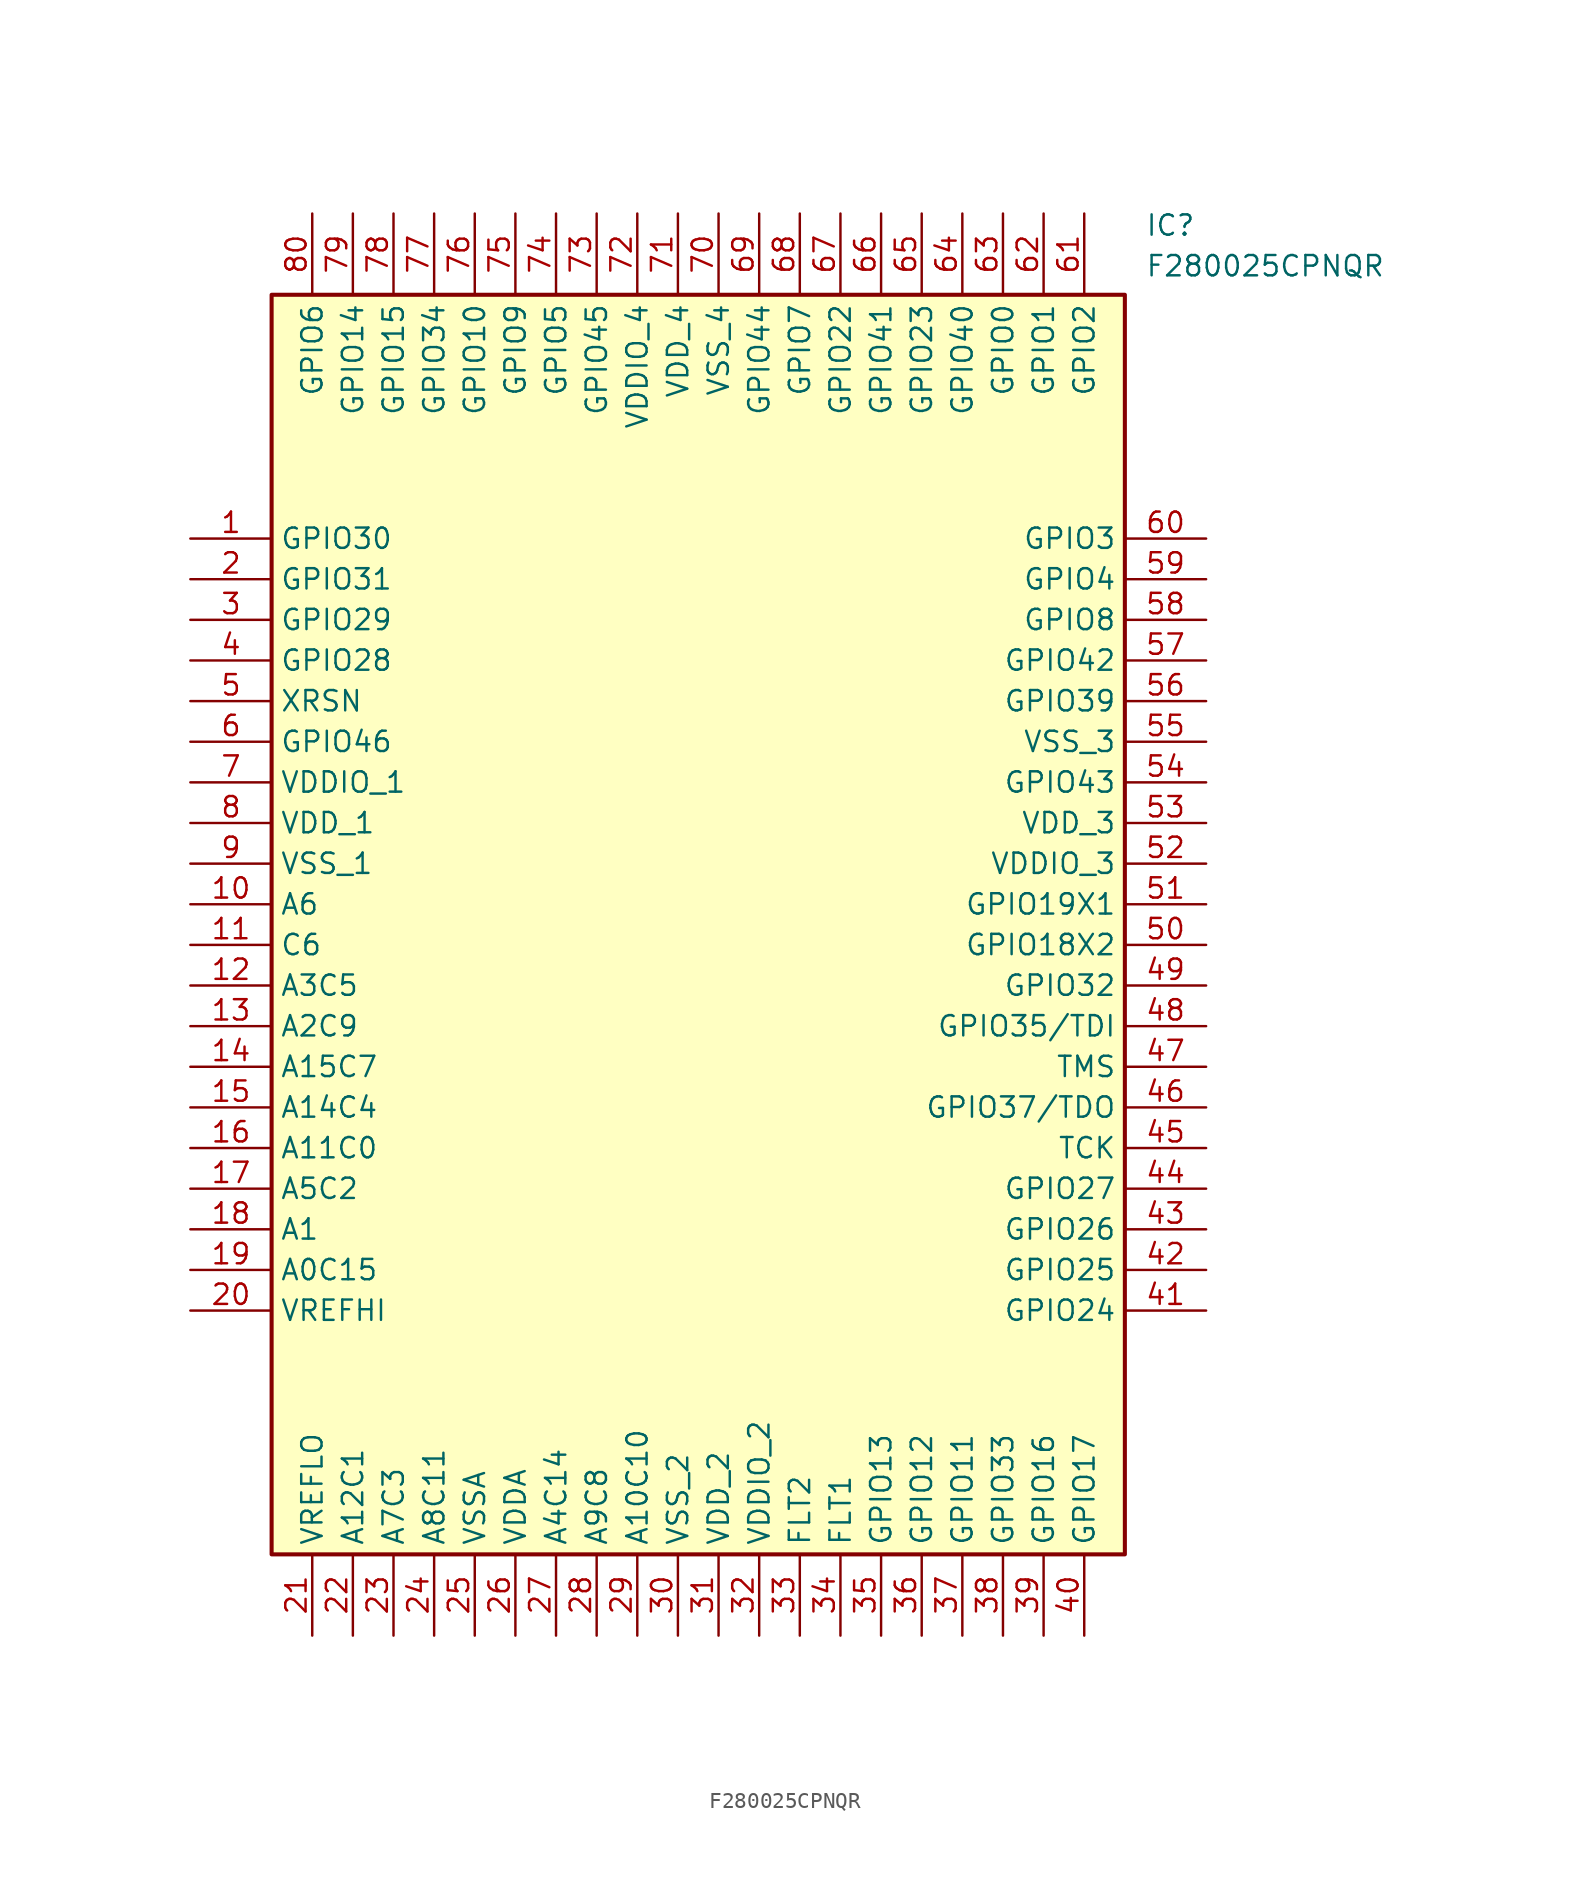
<source format=kicad_sym>
(kicad_symbol_lib
  (version 20220914)
  (generator SamacSys_ECAD_Model)
  (symbol "F280025CPNQR"
    (property "Reference" "IC"
      (at 59.69 20.32 0)
      (effects (font (size 1.27 1.27)) (justify left top)))
    (property "Value" "F280025CPNQR"
      (at 59.69 17.78 0)
      (effects (font (size 1.27 1.27)) (justify left top)))
    (rectangle
      (start 5.08 15.24)
      (end 58.42 -63.5)
      (stroke (width 0.254) (type default))
      (fill (type background)))
    (pin passive line
      (at 0 0 0)
      (length 5.08)
      (name "GPIO30" (effects (font (size 1.27 1.27))))
      (number "1" (effects (font (size 1.27 1.27)))))
    (pin passive line
      (at 0 -2.54 0)
      (length 5.08)
      (name "GPIO31" (effects (font (size 1.27 1.27))))
      (number "2" (effects (font (size 1.27 1.27)))))
    (pin passive line
      (at 0 -5.08 0)
      (length 5.08)
      (name "GPIO29" (effects (font (size 1.27 1.27))))
      (number "3" (effects (font (size 1.27 1.27)))))
    (pin passive line
      (at 0 -7.62 0)
      (length 5.08)
      (name "GPIO28" (effects (font (size 1.27 1.27))))
      (number "4" (effects (font (size 1.27 1.27)))))
    (pin passive line
      (at 0 -10.16 0)
      (length 5.08)
      (name "XRSN" (effects (font (size 1.27 1.27))))
      (number "5" (effects (font (size 1.27 1.27)))))
    (pin passive line
      (at 0 -12.7 0)
      (length 5.08)
      (name "GPIO46" (effects (font (size 1.27 1.27))))
      (number "6" (effects (font (size 1.27 1.27)))))
    (pin passive line
      (at 0 -15.24 0)
      (length 5.08)
      (name "VDDIO_1" (effects (font (size 1.27 1.27))))
      (number "7" (effects (font (size 1.27 1.27)))))
    (pin passive line
      (at 0 -17.78 0)
      (length 5.08)
      (name "VDD_1" (effects (font (size 1.27 1.27))))
      (number "8" (effects (font (size 1.27 1.27)))))
    (pin passive line
      (at 0 -20.32 0)
      (length 5.08)
      (name "VSS_1" (effects (font (size 1.27 1.27))))
      (number "9" (effects (font (size 1.27 1.27)))))
    (pin passive line
      (at 0 -22.86 0)
      (length 5.08)
      (name "A6" (effects (font (size 1.27 1.27))))
      (number "10" (effects (font (size 1.27 1.27)))))
    (pin passive line
      (at 0 -25.4 0)
      (length 5.08)
      (name "C6" (effects (font (size 1.27 1.27))))
      (number "11" (effects (font (size 1.27 1.27)))))
    (pin passive line
      (at 0 -27.94 0)
      (length 5.08)
      (name "A3C5" (effects (font (size 1.27 1.27))))
      (number "12" (effects (font (size 1.27 1.27)))))
    (pin passive line
      (at 0 -30.48 0)
      (length 5.08)
      (name "A2C9" (effects (font (size 1.27 1.27))))
      (number "13" (effects (font (size 1.27 1.27)))))
    (pin passive line
      (at 0 -33.02 0)
      (length 5.08)
      (name "A15C7" (effects (font (size 1.27 1.27))))
      (number "14" (effects (font (size 1.27 1.27)))))
    (pin passive line
      (at 0 -35.56 0)
      (length 5.08)
      (name "A14C4" (effects (font (size 1.27 1.27))))
      (number "15" (effects (font (size 1.27 1.27)))))
    (pin passive line
      (at 0 -38.1 0)
      (length 5.08)
      (name "A11C0" (effects (font (size 1.27 1.27))))
      (number "16" (effects (font (size 1.27 1.27)))))
    (pin passive line
      (at 0 -40.64 0)
      (length 5.08)
      (name "A5C2" (effects (font (size 1.27 1.27))))
      (number "17" (effects (font (size 1.27 1.27)))))
    (pin passive line
      (at 0 -43.18 0)
      (length 5.08)
      (name "A1" (effects (font (size 1.27 1.27))))
      (number "18" (effects (font (size 1.27 1.27)))))
    (pin passive line
      (at 0 -45.72 0)
      (length 5.08)
      (name "A0C15" (effects (font (size 1.27 1.27))))
      (number "19" (effects (font (size 1.27 1.27)))))
    (pin passive line
      (at 0 -48.26 0)
      (length 5.08)
      (name "VREFHI" (effects (font (size 1.27 1.27))))
      (number "20" (effects (font (size 1.27 1.27)))))
    (pin passive line
      (at 7.62 -68.58 90)
      (length 5.08)
      (name "VREFLO" (effects (font (size 1.27 1.27))))
      (number "21" (effects (font (size 1.27 1.27)))))
    (pin passive line
      (at 10.16 -68.58 90)
      (length 5.08)
      (name "A12C1" (effects (font (size 1.27 1.27))))
      (number "22" (effects (font (size 1.27 1.27)))))
    (pin passive line
      (at 12.7 -68.58 90)
      (length 5.08)
      (name "A7C3" (effects (font (size 1.27 1.27))))
      (number "23" (effects (font (size 1.27 1.27)))))
    (pin passive line
      (at 15.24 -68.58 90)
      (length 5.08)
      (name "A8C11" (effects (font (size 1.27 1.27))))
      (number "24" (effects (font (size 1.27 1.27)))))
    (pin passive line
      (at 17.78 -68.58 90)
      (length 5.08)
      (name "VSSA" (effects (font (size 1.27 1.27))))
      (number "25" (effects (font (size 1.27 1.27)))))
    (pin passive line
      (at 20.32 -68.58 90)
      (length 5.08)
      (name "VDDA" (effects (font (size 1.27 1.27))))
      (number "26" (effects (font (size 1.27 1.27)))))
    (pin passive line
      (at 22.86 -68.58 90)
      (length 5.08)
      (name "A4C14" (effects (font (size 1.27 1.27))))
      (number "27" (effects (font (size 1.27 1.27)))))
    (pin passive line
      (at 25.4 -68.58 90)
      (length 5.08)
      (name "A9C8" (effects (font (size 1.27 1.27))))
      (number "28" (effects (font (size 1.27 1.27)))))
    (pin passive line
      (at 27.94 -68.58 90)
      (length 5.08)
      (name "A10C10" (effects (font (size 1.27 1.27))))
      (number "29" (effects (font (size 1.27 1.27)))))
    (pin passive line
      (at 30.48 -68.58 90)
      (length 5.08)
      (name "VSS_2" (effects (font (size 1.27 1.27))))
      (number "30" (effects (font (size 1.27 1.27)))))
    (pin passive line
      (at 33.02 -68.58 90)
      (length 5.08)
      (name "VDD_2" (effects (font (size 1.27 1.27))))
      (number "31" (effects (font (size 1.27 1.27)))))
    (pin passive line
      (at 35.56 -68.58 90)
      (length 5.08)
      (name "VDDIO_2" (effects (font (size 1.27 1.27))))
      (number "32" (effects (font (size 1.27 1.27)))))
    (pin passive line
      (at 38.1 -68.58 90)
      (length 5.08)
      (name "FLT2" (effects (font (size 1.27 1.27))))
      (number "33" (effects (font (size 1.27 1.27)))))
    (pin passive line
      (at 40.64 -68.58 90)
      (length 5.08)
      (name "FLT1" (effects (font (size 1.27 1.27))))
      (number "34" (effects (font (size 1.27 1.27)))))
    (pin passive line
      (at 43.18 -68.58 90)
      (length 5.08)
      (name "GPIO13" (effects (font (size 1.27 1.27))))
      (number "35" (effects (font (size 1.27 1.27)))))
    (pin passive line
      (at 45.72 -68.58 90)
      (length 5.08)
      (name "GPIO12" (effects (font (size 1.27 1.27))))
      (number "36" (effects (font (size 1.27 1.27)))))
    (pin passive line
      (at 48.26 -68.58 90)
      (length 5.08)
      (name "GPIO11" (effects (font (size 1.27 1.27))))
      (number "37" (effects (font (size 1.27 1.27)))))
    (pin passive line
      (at 50.8 -68.58 90)
      (length 5.08)
      (name "GPIO33" (effects (font (size 1.27 1.27))))
      (number "38" (effects (font (size 1.27 1.27)))))
    (pin passive line
      (at 53.34 -68.58 90)
      (length 5.08)
      (name "GPIO16" (effects (font (size 1.27 1.27))))
      (number "39" (effects (font (size 1.27 1.27)))))
    (pin passive line
      (at 55.88 -68.58 90)
      (length 5.08)
      (name "GPIO17" (effects (font (size 1.27 1.27))))
      (number "40" (effects (font (size 1.27 1.27)))))
    (pin passive line
      (at 63.5 0 180)
      (length 5.08)
      (name "GPIO3" (effects (font (size 1.27 1.27))))
      (number "60" (effects (font (size 1.27 1.27)))))
    (pin passive line
      (at 63.5 -2.54 180)
      (length 5.08)
      (name "GPIO4" (effects (font (size 1.27 1.27))))
      (number "59" (effects (font (size 1.27 1.27)))))
    (pin passive line
      (at 63.5 -5.08 180)
      (length 5.08)
      (name "GPIO8" (effects (font (size 1.27 1.27))))
      (number "58" (effects (font (size 1.27 1.27)))))
    (pin passive line
      (at 63.5 -7.62 180)
      (length 5.08)
      (name "GPIO42" (effects (font (size 1.27 1.27))))
      (number "57" (effects (font (size 1.27 1.27)))))
    (pin passive line
      (at 63.5 -10.16 180)
      (length 5.08)
      (name "GPIO39" (effects (font (size 1.27 1.27))))
      (number "56" (effects (font (size 1.27 1.27)))))
    (pin passive line
      (at 63.5 -12.7 180)
      (length 5.08)
      (name "VSS_3" (effects (font (size 1.27 1.27))))
      (number "55" (effects (font (size 1.27 1.27)))))
    (pin passive line
      (at 63.5 -15.24 180)
      (length 5.08)
      (name "GPIO43" (effects (font (size 1.27 1.27))))
      (number "54" (effects (font (size 1.27 1.27)))))
    (pin passive line
      (at 63.5 -17.78 180)
      (length 5.08)
      (name "VDD_3" (effects (font (size 1.27 1.27))))
      (number "53" (effects (font (size 1.27 1.27)))))
    (pin passive line
      (at 63.5 -20.32 180)
      (length 5.08)
      (name "VDDIO_3" (effects (font (size 1.27 1.27))))
      (number "52" (effects (font (size 1.27 1.27)))))
    (pin passive line
      (at 63.5 -22.86 180)
      (length 5.08)
      (name "GPIO19X1" (effects (font (size 1.27 1.27))))
      (number "51" (effects (font (size 1.27 1.27)))))
    (pin passive line
      (at 63.5 -25.4 180)
      (length 5.08)
      (name "GPIO18X2" (effects (font (size 1.27 1.27))))
      (number "50" (effects (font (size 1.27 1.27)))))
    (pin passive line
      (at 63.5 -27.94 180)
      (length 5.08)
      (name "GPIO32" (effects (font (size 1.27 1.27))))
      (number "49" (effects (font (size 1.27 1.27)))))
    (pin passive line
      (at 63.5 -30.48 180)
      (length 5.08)
      (name "GPIO35/TDI" (effects (font (size 1.27 1.27))))
      (number "48" (effects (font (size 1.27 1.27)))))
    (pin passive line
      (at 63.5 -33.02 180)
      (length 5.08)
      (name "TMS" (effects (font (size 1.27 1.27))))
      (number "47" (effects (font (size 1.27 1.27)))))
    (pin passive line
      (at 63.5 -35.56 180)
      (length 5.08)
      (name "GPIO37/TDO" (effects (font (size 1.27 1.27))))
      (number "46" (effects (font (size 1.27 1.27)))))
    (pin passive line
      (at 63.5 -38.1 180)
      (length 5.08)
      (name "TCK" (effects (font (size 1.27 1.27))))
      (number "45" (effects (font (size 1.27 1.27)))))
    (pin passive line
      (at 63.5 -40.64 180)
      (length 5.08)
      (name "GPIO27" (effects (font (size 1.27 1.27))))
      (number "44" (effects (font (size 1.27 1.27)))))
    (pin passive line
      (at 63.5 -43.18 180)
      (length 5.08)
      (name "GPIO26" (effects (font (size 1.27 1.27))))
      (number "43" (effects (font (size 1.27 1.27)))))
    (pin passive line
      (at 63.5 -45.72 180)
      (length 5.08)
      (name "GPIO25" (effects (font (size 1.27 1.27))))
      (number "42" (effects (font (size 1.27 1.27)))))
    (pin passive line
      (at 63.5 -48.26 180)
      (length 5.08)
      (name "GPIO24" (effects (font (size 1.27 1.27))))
      (number "41" (effects (font (size 1.27 1.27)))))
    (pin passive line
      (at 7.62 20.32 270)
      (length 5.08)
      (name "GPIO6" (effects (font (size 1.27 1.27))))
      (number "80" (effects (font (size 1.27 1.27)))))
    (pin passive line
      (at 10.16 20.32 270)
      (length 5.08)
      (name "GPIO14" (effects (font (size 1.27 1.27))))
      (number "79" (effects (font (size 1.27 1.27)))))
    (pin passive line
      (at 12.7 20.32 270)
      (length 5.08)
      (name "GPIO15" (effects (font (size 1.27 1.27))))
      (number "78" (effects (font (size 1.27 1.27)))))
    (pin passive line
      (at 15.24 20.32 270)
      (length 5.08)
      (name "GPIO34" (effects (font (size 1.27 1.27))))
      (number "77" (effects (font (size 1.27 1.27)))))
    (pin passive line
      (at 17.78 20.32 270)
      (length 5.08)
      (name "GPIO10" (effects (font (size 1.27 1.27))))
      (number "76" (effects (font (size 1.27 1.27)))))
    (pin passive line
      (at 20.32 20.32 270)
      (length 5.08)
      (name "GPIO9" (effects (font (size 1.27 1.27))))
      (number "75" (effects (font (size 1.27 1.27)))))
    (pin passive line
      (at 22.86 20.32 270)
      (length 5.08)
      (name "GPIO5" (effects (font (size 1.27 1.27))))
      (number "74" (effects (font (size 1.27 1.27)))))
    (pin passive line
      (at 25.4 20.32 270)
      (length 5.08)
      (name "GPIO45" (effects (font (size 1.27 1.27))))
      (number "73" (effects (font (size 1.27 1.27)))))
    (pin passive line
      (at 27.94 20.32 270)
      (length 5.08)
      (name "VDDIO_4" (effects (font (size 1.27 1.27))))
      (number "72" (effects (font (size 1.27 1.27)))))
    (pin passive line
      (at 30.48 20.32 270)
      (length 5.08)
      (name "VDD_4" (effects (font (size 1.27 1.27))))
      (number "71" (effects (font (size 1.27 1.27)))))
    (pin passive line
      (at 33.02 20.32 270)
      (length 5.08)
      (name "VSS_4" (effects (font (size 1.27 1.27))))
      (number "70" (effects (font (size 1.27 1.27)))))
    (pin passive line
      (at 35.56 20.32 270)
      (length 5.08)
      (name "GPIO44" (effects (font (size 1.27 1.27))))
      (number "69" (effects (font (size 1.27 1.27)))))
    (pin passive line
      (at 38.1 20.32 270)
      (length 5.08)
      (name "GPIO7" (effects (font (size 1.27 1.27))))
      (number "68" (effects (font (size 1.27 1.27)))))
    (pin passive line
      (at 40.64 20.32 270)
      (length 5.08)
      (name "GPIO22" (effects (font (size 1.27 1.27))))
      (number "67" (effects (font (size 1.27 1.27)))))
    (pin passive line
      (at 43.18 20.32 270)
      (length 5.08)
      (name "GPIO41" (effects (font (size 1.27 1.27))))
      (number "66" (effects (font (size 1.27 1.27)))))
    (pin passive line
      (at 45.72 20.32 270)
      (length 5.08)
      (name "GPIO23" (effects (font (size 1.27 1.27))))
      (number "65" (effects (font (size 1.27 1.27)))))
    (pin passive line
      (at 48.26 20.32 270)
      (length 5.08)
      (name "GPIO40" (effects (font (size 1.27 1.27))))
      (number "64" (effects (font (size 1.27 1.27)))))
    (pin passive line
      (at 50.8 20.32 270)
      (length 5.08)
      (name "GPIO0" (effects (font (size 1.27 1.27))))
      (number "63" (effects (font (size 1.27 1.27)))))
    (pin passive line
      (at 53.34 20.32 270)
      (length 5.08)
      (name "GPIO1" (effects (font (size 1.27 1.27))))
      (number "62" (effects (font (size 1.27 1.27)))))
    (pin passive line
      (at 55.88 20.32 270)
      (length 5.08)
      (name "GPIO2" (effects (font (size 1.27 1.27))))
      (number "61" (effects (font (size 1.27 1.27)))))))
</source>
